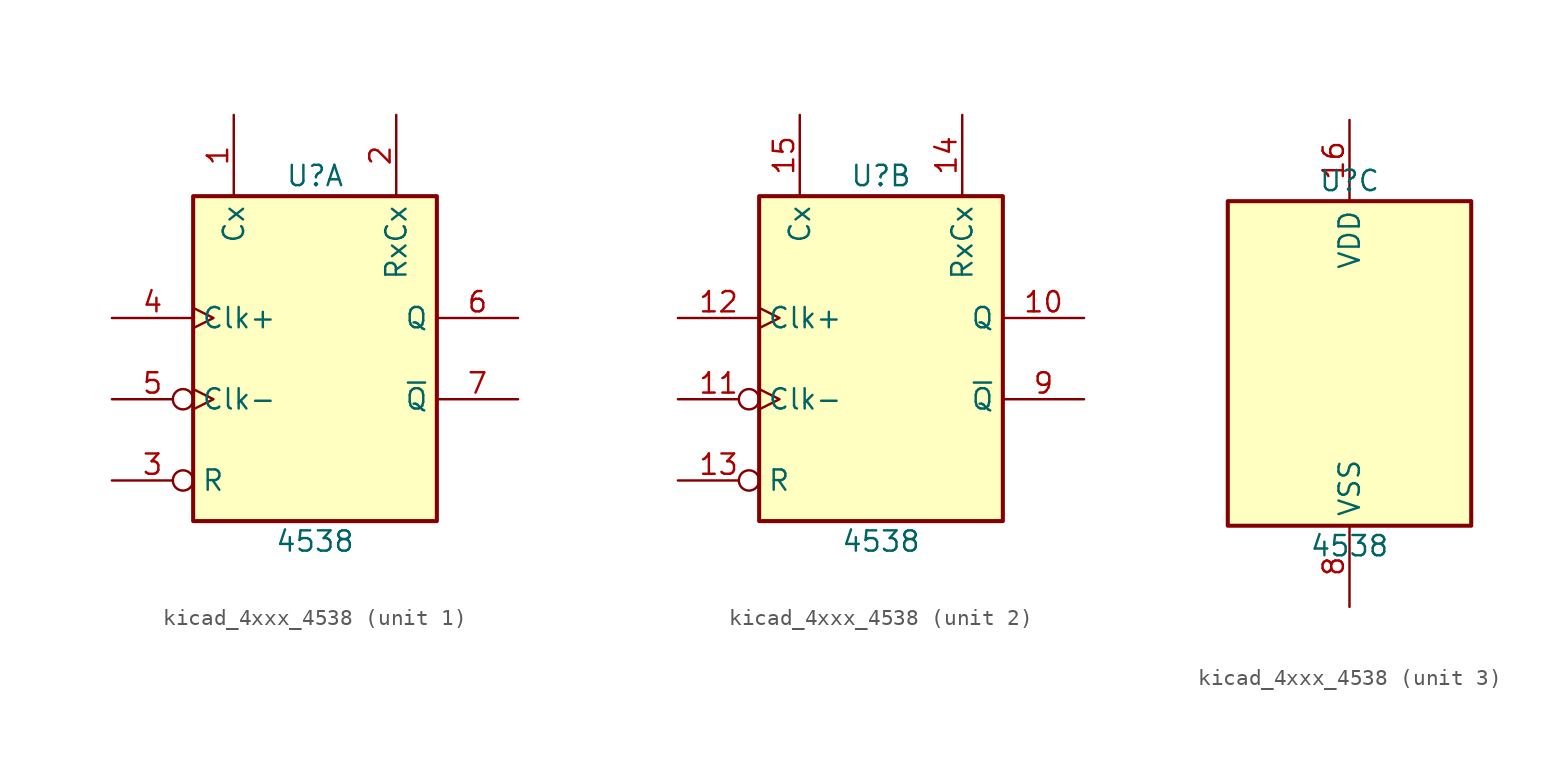
<source format=kicad_sym>
(kicad_symbol_lib
  (version 20220914)
  (generator kicad_symbol_editor)
  (symbol "kicad_4xxx_4538"
    (property "Reference" "U"
      (at 0 11.43 0)
      (effects (font (size 1.27 1.27))))
    (property "Value" "4538"
      (at 0 -11.43 0)
      (effects (font (size 1.27 1.27))))
    (property "ki_locked" ""
      (at 0 0 0)
      (effects (font (size 1.27 1.27))))
    (symbol "kicad_4xxx_4538_1_0"
      (pin input line (at -5.08 15.24 270) (length 5.08) (name "Cx" (effects (font (size 1.27 1.27)))) (number "1" (effects (font (size 1.27 1.27)))))
      (pin input line (at 5.08 15.24 270) (length 5.08) (name "RxCx" (effects (font (size 1.27 1.27)))) (number "2" (effects (font (size 1.27 1.27)))))
      (pin input inverted (at -12.7 -7.62 0) (length 5.08) (name "R" (effects (font (size 1.27 1.27)))) (number "3" (effects (font (size 1.27 1.27)))))
      (pin input clock (at -12.7 2.54 0) (length 5.08) (name "Clk+" (effects (font (size 1.27 1.27)))) (number "4" (effects (font (size 1.27 1.27)))))
      (pin input inverted_clock (at -12.7 -2.54 0) (length 5.08) (name "Clk-" (effects (font (size 1.27 1.27)))) (number "5" (effects (font (size 1.27 1.27)))))
      (pin output line (at 12.7 2.54 180) (length 5.08) (name "Q" (effects (font (size 1.27 1.27)))) (number "6" (effects (font (size 1.27 1.27)))))
      (pin output line (at 12.7 -2.54 180) (length 5.08) (name "~{Q}" (effects (font (size 1.27 1.27)))) (number "7" (effects (font (size 1.27 1.27))))))
    (symbol "kicad_4xxx_4538_1_1"
      (rectangle (start -7.62 10.16) (end 7.62 -10.16) (stroke (width 0.254) (type default)) (fill (type background))))
    (symbol "kicad_4xxx_4538_2_0"
      (pin output line (at 12.7 2.54 180) (length 5.08) (name "Q" (effects (font (size 1.27 1.27)))) (number "10" (effects (font (size 1.27 1.27)))))
      (pin input inverted_clock (at -12.7 -2.54 0) (length 5.08) (name "Clk-" (effects (font (size 1.27 1.27)))) (number "11" (effects (font (size 1.27 1.27)))))
      (pin input clock (at -12.7 2.54 0) (length 5.08) (name "Clk+" (effects (font (size 1.27 1.27)))) (number "12" (effects (font (size 1.27 1.27)))))
      (pin input inverted (at -12.7 -7.62 0) (length 5.08) (name "R" (effects (font (size 1.27 1.27)))) (number "13" (effects (font (size 1.27 1.27)))))
      (pin input line (at 5.08 15.24 270) (length 5.08) (name "RxCx" (effects (font (size 1.27 1.27)))) (number "14" (effects (font (size 1.27 1.27)))))
      (pin input line (at -5.08 15.24 270) (length 5.08) (name "Cx" (effects (font (size 1.27 1.27)))) (number "15" (effects (font (size 1.27 1.27)))))
      (pin output line (at 12.7 -2.54 180) (length 5.08) (name "~{Q}" (effects (font (size 1.27 1.27)))) (number "9" (effects (font (size 1.27 1.27))))))
    (symbol "kicad_4xxx_4538_2_1"
      (rectangle (start -7.62 10.16) (end 7.62 -10.16) (stroke (width 0.254) (type default)) (fill (type background))))
    (symbol "kicad_4xxx_4538_3_0"
      (pin power_in line (at 0 15.24 270) (length 5.08) (name "VDD" (effects (font (size 1.27 1.27)))) (number "16" (effects (font (size 1.27 1.27)))))
      (pin power_in line (at 0 -15.24 90) (length 5.08) (name "VSS" (effects (font (size 1.27 1.27)))) (number "8" (effects (font (size 1.27 1.27))))))
    (symbol "kicad_4xxx_4538_3_1"
      (rectangle (start -7.62 10.16) (end 7.62 -10.16) (stroke (width 0.254) (type default)) (fill (type background))))))
</source>
